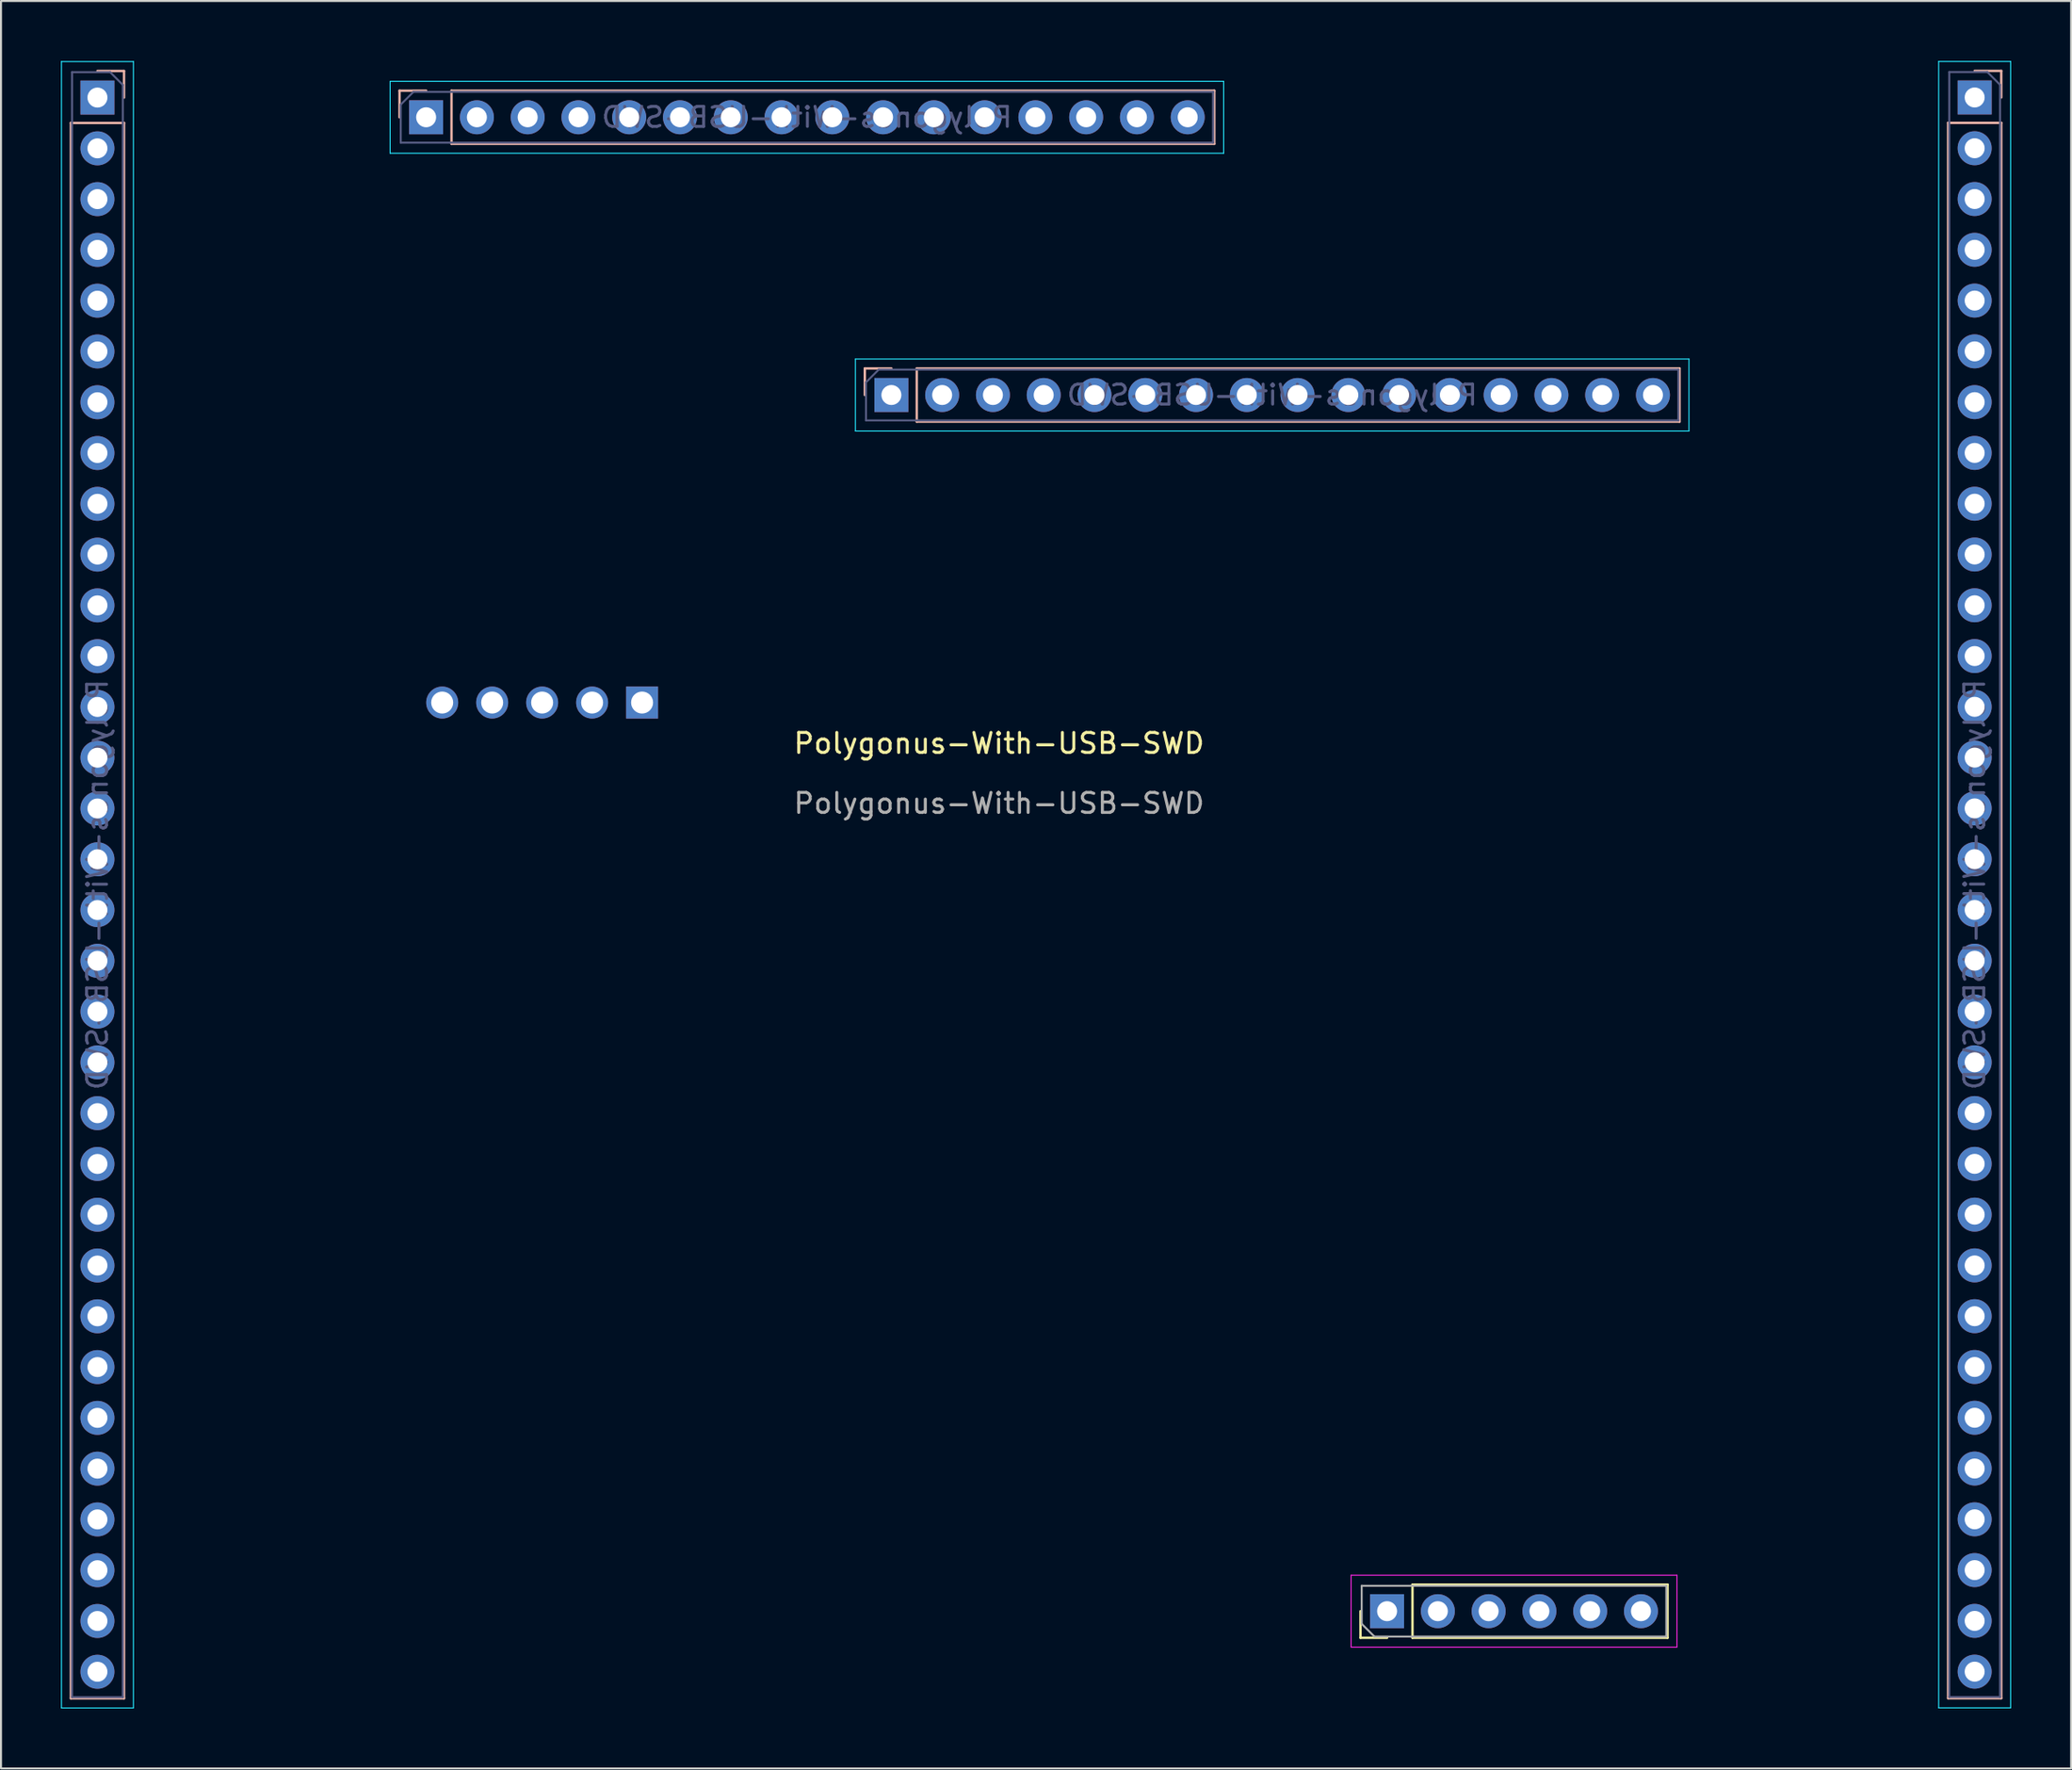
<source format=kicad_pcb>
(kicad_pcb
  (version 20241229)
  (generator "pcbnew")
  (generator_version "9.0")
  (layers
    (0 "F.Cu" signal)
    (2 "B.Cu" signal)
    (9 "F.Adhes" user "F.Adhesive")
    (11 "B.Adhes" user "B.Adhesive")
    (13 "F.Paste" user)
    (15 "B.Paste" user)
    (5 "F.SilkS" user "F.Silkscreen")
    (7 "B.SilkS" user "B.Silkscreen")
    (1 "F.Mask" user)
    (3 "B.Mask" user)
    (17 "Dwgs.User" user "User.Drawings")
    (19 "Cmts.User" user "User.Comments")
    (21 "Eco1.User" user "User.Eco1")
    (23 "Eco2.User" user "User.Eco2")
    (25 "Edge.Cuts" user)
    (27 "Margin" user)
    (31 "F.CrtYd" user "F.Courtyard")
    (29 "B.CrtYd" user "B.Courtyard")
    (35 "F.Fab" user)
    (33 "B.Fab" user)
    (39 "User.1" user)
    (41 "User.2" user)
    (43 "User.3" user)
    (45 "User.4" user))
  (footprint "Polygonus-With-USB-SWD"
    (layer "F.Cu")
    (at 46.932 34.631)
    (property "Reference" "Polygonus-With-USB-SWD" (at 0 -0.5 0) (unlocked yes) (layer "F.SilkS") (effects (font (size 1 1) (thickness 0.15))))
    (attr through_hole)
    (fp_line (start 18.081 44.239) (end 18.081 42.909) (stroke (width 0.12) (type solid)) (layer "F.SilkS"))
    (fp_line (start 19.411 44.239) (end 18.081 44.239) (stroke (width 0.12) (type solid)) (layer "F.SilkS"))
    (fp_line (start 20.681 41.579) (end 33.441 41.579) (stroke (width 0.12) (type solid)) (layer "F.SilkS"))
    (fp_line (start 20.681 44.239) (end 20.681 41.579) (stroke (width 0.12) (type solid)) (layer "F.SilkS"))
    (fp_line (start 20.681 44.239) (end 33.441 44.239) (stroke (width 0.12) (type solid)) (layer "F.SilkS"))
    (fp_line (start 33.441 44.239) (end 33.441 41.579) (stroke (width 0.12) (type solid)) (layer "F.SilkS"))
    (fp_line (start -46.437 -31.531) (end -46.437 47.269) (stroke (width 0.12) (type solid)) (layer "B.SilkS"))
    (fp_line (start -43.777 -34.131) (end -45.107 -34.131) (stroke (width 0.12) (type solid)) (layer "B.SilkS"))
    (fp_line (start -43.777 -32.801) (end -43.777 -34.131) (stroke (width 0.12) (type solid)) (layer "B.SilkS"))
    (fp_line (start -43.777 -31.531) (end -46.437 -31.531) (stroke (width 0.12) (type solid)) (layer "B.SilkS"))
    (fp_line (start -43.777 -31.531) (end -43.777 47.269) (stroke (width 0.12) (type solid)) (layer "B.SilkS"))
    (fp_line (start -43.777 47.269) (end -46.437 47.269) (stroke (width 0.12) (type solid)) (layer "B.SilkS"))
    (fp_line (start -29.994 -33.145) (end -29.994 -31.815) (stroke (width 0.12) (type solid)) (layer "B.SilkS"))
    (fp_line (start -28.664 -33.145) (end -29.994 -33.145) (stroke (width 0.12) (type solid)) (layer "B.SilkS"))
    (fp_line (start -27.394 -33.145) (end -27.394 -30.485) (stroke (width 0.12) (type solid)) (layer "B.SilkS"))
    (fp_line (start -27.394 -33.145) (end 10.766 -33.145) (stroke (width 0.12) (type solid)) (layer "B.SilkS"))
    (fp_line (start -27.394 -30.485) (end 10.766 -30.485) (stroke (width 0.12) (type solid)) (layer "B.SilkS"))
    (fp_line (start -6.718 -19.253) (end -6.718 -17.923) (stroke (width 0.12) (type solid)) (layer "B.SilkS"))
    (fp_line (start -5.388 -19.253) (end -6.718 -19.253) (stroke (width 0.12) (type solid)) (layer "B.SilkS"))
    (fp_line (start -4.118 -19.253) (end -4.118 -16.593) (stroke (width 0.12) (type solid)) (layer "B.SilkS"))
    (fp_line (start -4.118 -19.253) (end 34.042 -19.253) (stroke (width 0.12) (type solid)) (layer "B.SilkS"))
    (fp_line (start -4.118 -16.593) (end 34.042 -16.593) (stroke (width 0.12) (type solid)) (layer "B.SilkS"))
    (fp_line (start 10.766 -33.145) (end 10.766 -30.485) (stroke (width 0.12) (type solid)) (layer "B.SilkS"))
    (fp_line (start 34.042 -19.253) (end 34.042 -16.593) (stroke (width 0.12) (type solid)) (layer "B.SilkS"))
    (fp_line (start 47.476 -31.536) (end 47.476 47.264) (stroke (width 0.12) (type solid)) (layer "B.SilkS"))
    (fp_line (start 50.136 -34.136) (end 48.806 -34.136) (stroke (width 0.12) (type solid)) (layer "B.SilkS"))
    (fp_line (start 50.136 -32.806) (end 50.136 -34.136) (stroke (width 0.12) (type solid)) (layer "B.SilkS"))
    (fp_line (start 50.136 -31.536) (end 47.476 -31.536) (stroke (width 0.12) (type solid)) (layer "B.SilkS"))
    (fp_line (start 50.136 -31.536) (end 50.136 47.264) (stroke (width 0.12) (type solid)) (layer "B.SilkS"))
    (fp_line (start 50.136 47.264) (end 47.476 47.264) (stroke (width 0.12) (type solid)) (layer "B.SilkS"))
    (fp_line (start -46.907 -34.601) (end -43.307 -34.601) (stroke (width 0.05) (type solid)) (layer "B.CrtYd"))
    (fp_line (start -46.907 47.749) (end -46.907 -34.601) (stroke (width 0.05) (type solid)) (layer "B.CrtYd"))
    (fp_line (start -43.307 -34.601) (end -43.307 47.749) (stroke (width 0.05) (type solid)) (layer "B.CrtYd"))
    (fp_line (start -43.307 47.749) (end -46.907 47.749) (stroke (width 0.05) (type solid)) (layer "B.CrtYd"))
    (fp_line (start -30.464 -33.615) (end 11.236 -33.615) (stroke (width 0.05) (type solid)) (layer "B.CrtYd"))
    (fp_line (start -30.464 -30.015) (end -30.464 -33.615) (stroke (width 0.05) (type solid)) (layer "B.CrtYd"))
    (fp_line (start -7.188 -19.723) (end 34.512 -19.723) (stroke (width 0.05) (type solid)) (layer "B.CrtYd"))
    (fp_line (start -7.188 -16.123) (end -7.188 -19.723) (stroke (width 0.05) (type solid)) (layer "B.CrtYd"))
    (fp_line (start 11.236 -33.615) (end 11.236 -30.015) (stroke (width 0.05) (type solid)) (layer "B.CrtYd"))
    (fp_line (start 11.236 -30.015) (end -30.464 -30.015) (stroke (width 0.05) (type solid)) (layer "B.CrtYd"))
    (fp_line (start 34.512 -19.723) (end 34.512 -16.123) (stroke (width 0.05) (type solid)) (layer "B.CrtYd"))
    (fp_line (start 34.512 -16.123) (end -7.188 -16.123) (stroke (width 0.05) (type solid)) (layer "B.CrtYd"))
    (fp_line (start 47.006 -34.606) (end 50.606 -34.606) (stroke (width 0.05) (type solid)) (layer "B.CrtYd"))
    (fp_line (start 47.006 47.744) (end 47.006 -34.606) (stroke (width 0.05) (type solid)) (layer "B.CrtYd"))
    (fp_line (start 50.606 -34.606) (end 50.606 47.744) (stroke (width 0.05) (type solid)) (layer "B.CrtYd"))
    (fp_line (start 50.606 47.744) (end 47.006 47.744) (stroke (width 0.05) (type solid)) (layer "B.CrtYd"))
    (fp_line (start 17.611 41.109) (end 17.611 44.709) (stroke (width 0.05) (type solid)) (layer "F.CrtYd"))
    (fp_line (start 17.611 44.709) (end 33.911 44.709) (stroke (width 0.05) (type solid)) (layer "F.CrtYd"))
    (fp_line (start 33.911 41.109) (end 17.611 41.109) (stroke (width 0.05) (type solid)) (layer "F.CrtYd"))
    (fp_line (start 33.911 44.709) (end 33.911 41.109) (stroke (width 0.05) (type solid)) (layer "F.CrtYd"))
    (fp_line (start -46.377 -34.071) (end -46.377 47.209) (stroke (width 0.1) (type solid)) (layer "B.Fab"))
    (fp_line (start -46.377 47.209) (end -43.837 47.209) (stroke (width 0.1) (type solid)) (layer "B.Fab"))
    (fp_line (start -44.472 -34.071) (end -46.377 -34.071) (stroke (width 0.1) (type solid)) (layer "B.Fab"))
    (fp_line (start -43.837 -33.436) (end -44.472 -34.071) (stroke (width 0.1) (type solid)) (layer "B.Fab"))
    (fp_line (start -43.837 47.209) (end -43.837 -33.436) (stroke (width 0.1) (type solid)) (layer "B.Fab"))
    (fp_line (start -29.934 -32.45) (end -29.934 -30.545) (stroke (width 0.1) (type solid)) (layer "B.Fab"))
    (fp_line (start -29.934 -30.545) (end 10.706 -30.545) (stroke (width 0.1) (type solid)) (layer "B.Fab"))
    (fp_line (start -29.299 -33.085) (end -29.934 -32.45) (stroke (width 0.1) (type solid)) (layer "B.Fab"))
    (fp_line (start -6.658 -18.558) (end -6.658 -16.653) (stroke (width 0.1) (type solid)) (layer "B.Fab"))
    (fp_line (start -6.658 -16.653) (end 33.982 -16.653) (stroke (width 0.1) (type solid)) (layer "B.Fab"))
    (fp_line (start -6.023 -19.193) (end -6.658 -18.558) (stroke (width 0.1) (type solid)) (layer "B.Fab"))
    (fp_line (start 10.706 -33.085) (end -29.299 -33.085) (stroke (width 0.1) (type solid)) (layer "B.Fab"))
    (fp_line (start 10.706 -30.545) (end 10.706 -33.085) (stroke (width 0.1) (type solid)) (layer "B.Fab"))
    (fp_line (start 33.982 -19.193) (end -6.023 -19.193) (stroke (width 0.1) (type solid)) (layer "B.Fab"))
    (fp_line (start 33.982 -16.653) (end 33.982 -19.193) (stroke (width 0.1) (type solid)) (layer "B.Fab"))
    (fp_line (start 47.536 -34.076) (end 47.536 47.204) (stroke (width 0.1) (type solid)) (layer "B.Fab"))
    (fp_line (start 47.536 47.204) (end 50.076 47.204) (stroke (width 0.1) (type solid)) (layer "B.Fab"))
    (fp_line (start 49.441 -34.076) (end 47.536 -34.076) (stroke (width 0.1) (type solid)) (layer "B.Fab"))
    (fp_line (start 50.076 -33.441) (end 49.441 -34.076) (stroke (width 0.1) (type solid)) (layer "B.Fab"))
    (fp_line (start 50.076 47.204) (end 50.076 -33.441) (stroke (width 0.1) (type solid)) (layer "B.Fab"))
    (fp_line (start 18.141 41.639) (end 33.381 41.639) (stroke (width 0.1) (type solid)) (layer "F.Fab"))
    (fp_line (start 18.141 43.544) (end 18.141 41.639) (stroke (width 0.1) (type solid)) (layer "F.Fab"))
    (fp_line (start 18.776 44.179) (end 18.141 43.544) (stroke (width 0.1) (type solid)) (layer "F.Fab"))
    (fp_line (start 33.381 41.639) (end 33.381 44.179) (stroke (width 0.1) (type solid)) (layer "F.Fab"))
    (fp_line (start 33.381 44.179) (end 18.776 44.179) (stroke (width 0.1) (type solid)) (layer "F.Fab"))
    (fp_text user "${REFERENCE}" (at 13.662 -17.923 0) (layer "B.Fab") (effects (font (size 1 1) (thickness 0.15)) (justify mirror)))
    (fp_text user "${REFERENCE}" (at -45.107 6.569 90) (layer "B.Fab") (effects (font (size 1 1) (thickness 0.15)) (justify mirror)))
    (fp_text user "${REFERENCE}" (at 48.806 6.564 90) (layer "B.Fab") (effects (font (size 1 1) (thickness 0.15)) (justify mirror)))
    (fp_text user "${REFERENCE}" (at -9.614 -31.815 0) (layer "B.Fab") (effects (font (size 1 1) (thickness 0.15)) (justify mirror)))
    (fp_text user "${REFERENCE}" (at 0 2.5 0) (unlocked yes) (layer "F.Fab") (effects (font (size 1 1) (thickness 0.15))))
    (pad "1" thru_hole rect (at -45.107 -32.801 180) (size 1.7 1.7) (drill 1) (layers "*.Cu" "*.Mask"))
    (pad "2" thru_hole oval (at -45.107 -30.261 180) (size 1.7 1.7) (drill 1) (layers "*.Cu" "*.Mask"))
    (pad "3" thru_hole oval (at -45.107 -27.721 180) (size 1.7 1.7) (drill 1) (layers "*.Cu" "*.Mask"))
    (pad "4" thru_hole oval (at -45.107 -25.181 180) (size 1.7 1.7) (drill 1) (layers "*.Cu" "*.Mask"))
    (pad "5" thru_hole oval (at -45.107 -22.641 180) (size 1.7 1.7) (drill 1) (layers "*.Cu" "*.Mask"))
    (pad "6" thru_hole oval (at -45.107 -20.101 180) (size 1.7 1.7) (drill 1) (layers "*.Cu" "*.Mask"))
    (pad "7" thru_hole oval (at -45.107 -17.561 180) (size 1.7 1.7) (drill 1) (layers "*.Cu" "*.Mask"))
    (pad "8" thru_hole oval (at -45.107 -15.021 180) (size 1.7 1.7) (drill 1) (layers "*.Cu" "*.Mask"))
    (pad "9" thru_hole oval (at -45.107 -12.481 180) (size 1.7 1.7) (drill 1) (layers "*.Cu" "*.Mask"))
    (pad "10" thru_hole oval (at -45.107 -9.941 180) (size 1.7 1.7) (drill 1) (layers "*.Cu" "*.Mask"))
    (pad "11" thru_hole oval (at -45.107 -7.401 180) (size 1.7 1.7) (drill 1) (layers "*.Cu" "*.Mask"))
    (pad "12" thru_hole oval (at -45.107 -4.861 180) (size 1.7 1.7) (drill 1) (layers "*.Cu" "*.Mask"))
    (pad "13" thru_hole oval (at -45.107 -2.321 180) (size 1.7 1.7) (drill 1) (layers "*.Cu" "*.Mask"))
    (pad "14" thru_hole oval (at -45.107 0.219 180) (size 1.7 1.7) (drill 1) (layers "*.Cu" "*.Mask"))
    (pad "15" thru_hole oval (at -45.107 2.759 180) (size 1.7 1.7) (drill 1) (layers "*.Cu" "*.Mask"))
    (pad "16" thru_hole oval (at -45.107 5.299 180) (size 1.7 1.7) (drill 1) (layers "*.Cu" "*.Mask"))
    (pad "17" thru_hole oval (at -45.107 7.839 180) (size 1.7 1.7) (drill 1) (layers "*.Cu" "*.Mask"))
    (pad "18" thru_hole oval (at -45.107 10.379 180) (size 1.7 1.7) (drill 1) (layers "*.Cu" "*.Mask"))
    (pad "19" thru_hole oval (at -45.107 12.919 180) (size 1.7 1.7) (drill 1) (layers "*.Cu" "*.Mask"))
    (pad "20" thru_hole oval (at -45.107 15.459 180) (size 1.7 1.7) (drill 1) (layers "*.Cu" "*.Mask"))
    (pad "21" thru_hole oval (at -45.107 17.999 180) (size 1.7 1.7) (drill 1) (layers "*.Cu" "*.Mask"))
    (pad "22" thru_hole oval (at -45.107 20.539 180) (size 1.7 1.7) (drill 1) (layers "*.Cu" "*.Mask"))
    (pad "23" thru_hole oval (at -45.107 23.079 180) (size 1.7 1.7) (drill 1) (layers "*.Cu" "*.Mask"))
    (pad "24" thru_hole oval (at -45.107 25.619 180) (size 1.7 1.7) (drill 1) (layers "*.Cu" "*.Mask"))
    (pad "25" thru_hole oval (at -45.107 28.159 180) (size 1.7 1.7) (drill 1) (layers "*.Cu" "*.Mask"))
    (pad "26" thru_hole oval (at -45.107 30.699 180) (size 1.7 1.7) (drill 1) (layers "*.Cu" "*.Mask"))
    (pad "27" thru_hole oval (at -45.107 33.239 180) (size 1.7 1.7) (drill 1) (layers "*.Cu" "*.Mask"))
    (pad "28" thru_hole oval (at -45.107 35.779 180) (size 1.7 1.7) (drill 1) (layers "*.Cu" "*.Mask"))
    (pad "29" thru_hole oval (at -45.107 38.319 180) (size 1.7 1.7) (drill 1) (layers "*.Cu" "*.Mask"))
    (pad "30" thru_hole oval (at -45.107 40.859 180) (size 1.7 1.7) (drill 1) (layers "*.Cu" "*.Mask"))
    (pad "31" thru_hole oval (at -45.107 43.399 180) (size 1.7 1.7) (drill 1) (layers "*.Cu" "*.Mask"))
    (pad "32" thru_hole oval (at -45.107 45.939 180) (size 1.7 1.7) (drill 1) (layers "*.Cu" "*.Mask"))
    (pad "33" thru_hole rect (at 48.806 -32.806 180) (size 1.7 1.7) (drill 1) (layers "*.Cu" "*.Mask"))
    (pad "34" thru_hole oval (at 48.806 -30.266 180) (size 1.7 1.7) (drill 1) (layers "*.Cu" "*.Mask"))
    (pad "35" thru_hole oval (at 48.806 -27.726 180) (size 1.7 1.7) (drill 1) (layers "*.Cu" "*.Mask"))
    (pad "36" thru_hole oval (at 48.806 -25.186 180) (size 1.7 1.7) (drill 1) (layers "*.Cu" "*.Mask"))
    (pad "37" thru_hole oval (at 48.806 -22.646 180) (size 1.7 1.7) (drill 1) (layers "*.Cu" "*.Mask"))
    (pad "38" thru_hole oval (at 48.806 -20.106 180) (size 1.7 1.7) (drill 1) (layers "*.Cu" "*.Mask"))
    (pad "39" thru_hole oval (at 48.806 -17.566 180) (size 1.7 1.7) (drill 1) (layers "*.Cu" "*.Mask"))
    (pad "40" thru_hole oval (at 48.806 -15.026 180) (size 1.7 1.7) (drill 1) (layers "*.Cu" "*.Mask"))
    (pad "41" thru_hole oval (at 48.806 -12.486 180) (size 1.7 1.7) (drill 1) (layers "*.Cu" "*.Mask"))
    (pad "42" thru_hole oval (at 48.806 -9.946 180) (size 1.7 1.7) (drill 1) (layers "*.Cu" "*.Mask"))
    (pad "43" thru_hole oval (at 48.806 -7.406 180) (size 1.7 1.7) (drill 1) (layers "*.Cu" "*.Mask"))
    (pad "44" thru_hole oval (at 48.806 -4.866 180) (size 1.7 1.7) (drill 1) (layers "*.Cu" "*.Mask"))
    (pad "45" thru_hole oval (at 48.806 -2.326 180) (size 1.7 1.7) (drill 1) (layers "*.Cu" "*.Mask"))
    (pad "46" thru_hole oval (at 48.806 0.214 180) (size 1.7 1.7) (drill 1) (layers "*.Cu" "*.Mask"))
    (pad "47" thru_hole oval (at 48.806 2.754 180) (size 1.7 1.7) (drill 1) (layers "*.Cu" "*.Mask"))
    (pad "48" thru_hole oval (at 48.806 5.294 180) (size 1.7 1.7) (drill 1) (layers "*.Cu" "*.Mask"))
    (pad "49" thru_hole oval (at 48.806 7.834 180) (size 1.7 1.7) (drill 1) (layers "*.Cu" "*.Mask"))
    (pad "50" thru_hole oval (at 48.806 10.374 180) (size 1.7 1.7) (drill 1) (layers "*.Cu" "*.Mask"))
    (pad "51" thru_hole oval (at 48.806 12.914 180) (size 1.7 1.7) (drill 1) (layers "*.Cu" "*.Mask"))
    (pad "52" thru_hole oval (at 48.806 15.454 180) (size 1.7 1.7) (drill 1) (layers "*.Cu" "*.Mask"))
    (pad "53" thru_hole oval (at 48.806 17.994 180) (size 1.7 1.7) (drill 1) (layers "*.Cu" "*.Mask"))
    (pad "54" thru_hole oval (at 48.806 20.534 180) (size 1.7 1.7) (drill 1) (layers "*.Cu" "*.Mask"))
    (pad "55" thru_hole oval (at 48.806 23.074 180) (size 1.7 1.7) (drill 1) (layers "*.Cu" "*.Mask"))
    (pad "56" thru_hole oval (at 48.806 25.614 180) (size 1.7 1.7) (drill 1) (layers "*.Cu" "*.Mask"))
    (pad "57" thru_hole oval (at 48.806 28.154 180) (size 1.7 1.7) (drill 1) (layers "*.Cu" "*.Mask"))
    (pad "58" thru_hole oval (at 48.806 30.694 180) (size 1.7 1.7) (drill 1) (layers "*.Cu" "*.Mask"))
    (pad "59" thru_hole oval (at 48.806 33.234 180) (size 1.7 1.7) (drill 1) (layers "*.Cu" "*.Mask"))
    (pad "60" thru_hole oval (at 48.806 35.774 180) (size 1.7 1.7) (drill 1) (layers "*.Cu" "*.Mask"))
    (pad "61" thru_hole oval (at 48.806 38.314 180) (size 1.7 1.7) (drill 1) (layers "*.Cu" "*.Mask"))
    (pad "62" thru_hole oval (at 48.806 40.854 180) (size 1.7 1.7) (drill 1) (layers "*.Cu" "*.Mask"))
    (pad "63" thru_hole oval (at 48.806 43.394 180) (size 1.7 1.7) (drill 1) (layers "*.Cu" "*.Mask"))
    (pad "64" thru_hole oval (at 48.806 45.934 180) (size 1.7 1.7) (drill 1) (layers "*.Cu" "*.Mask"))
    (pad "65" thru_hole rect (at -28.664 -31.815 270) (size 1.7 1.7) (drill 1) (layers "*.Cu" "*.Mask"))
    (pad "66" thru_hole oval (at -26.124 -31.815 270) (size 1.7 1.7) (drill 1) (layers "*.Cu" "*.Mask"))
    (pad "67" thru_hole oval (at -23.584 -31.815 270) (size 1.7 1.7) (drill 1) (layers "*.Cu" "*.Mask"))
    (pad "68" thru_hole oval (at -21.044 -31.815 270) (size 1.7 1.7) (drill 1) (layers "*.Cu" "*.Mask"))
    (pad "69" thru_hole oval (at -18.504 -31.815 270) (size 1.7 1.7) (drill 1) (layers "*.Cu" "*.Mask"))
    (pad "70" thru_hole oval (at -15.964 -31.815 270) (size 1.7 1.7) (drill 1) (layers "*.Cu" "*.Mask"))
    (pad "71" thru_hole oval (at -13.424 -31.815 270) (size 1.7 1.7) (drill 1) (layers "*.Cu" "*.Mask"))
    (pad "72" thru_hole oval (at -10.884 -31.815 270) (size 1.7 1.7) (drill 1) (layers "*.Cu" "*.Mask"))
    (pad "73" thru_hole oval (at -8.344 -31.815 270) (size 1.7 1.7) (drill 1) (layers "*.Cu" "*.Mask"))
    (pad "74" thru_hole oval (at -5.804 -31.815 270) (size 1.7 1.7) (drill 1) (layers "*.Cu" "*.Mask"))
    (pad "75" thru_hole oval (at -3.264 -31.815 270) (size 1.7 1.7) (drill 1) (layers "*.Cu" "*.Mask"))
    (pad "76" thru_hole oval (at -0.724 -31.815 270) (size 1.7 1.7) (drill 1) (layers "*.Cu" "*.Mask"))
    (pad "77" thru_hole oval (at 1.816 -31.815 270) (size 1.7 1.7) (drill 1) (layers "*.Cu" "*.Mask"))
    (pad "78" thru_hole oval (at 4.356 -31.815 270) (size 1.7 1.7) (drill 1) (layers "*.Cu" "*.Mask"))
    (pad "79" thru_hole oval (at 6.896 -31.815 270) (size 1.7 1.7) (drill 1) (layers "*.Cu" "*.Mask"))
    (pad "80" thru_hole oval (at 9.436 -31.815 270) (size 1.7 1.7) (drill 1) (layers "*.Cu" "*.Mask"))
    (pad "81" thru_hole rect (at -5.388 -17.923 270) (size 1.7 1.7) (drill 1) (layers "*.Cu" "*.Mask"))
    (pad "82" thru_hole oval (at -2.848 -17.923 270) (size 1.7 1.7) (drill 1) (layers "*.Cu" "*.Mask"))
    (pad "83" thru_hole oval (at -0.308 -17.923 270) (size 1.7 1.7) (drill 1) (layers "*.Cu" "*.Mask"))
    (pad "84" thru_hole oval (at 2.232 -17.923 270) (size 1.7 1.7) (drill 1) (layers "*.Cu" "*.Mask"))
    (pad "85" thru_hole oval (at 4.772 -17.923 270) (size 1.7 1.7) (drill 1) (layers "*.Cu" "*.Mask"))
    (pad "86" thru_hole oval (at 7.312 -17.923 270) (size 1.7 1.7) (drill 1) (layers "*.Cu" "*.Mask"))
    (pad "87" thru_hole oval (at 9.852 -17.923 270) (size 1.7 1.7) (drill 1) (layers "*.Cu" "*.Mask"))
    (pad "88" thru_hole oval (at 12.392 -17.923 270) (size 1.7 1.7) (drill 1) (layers "*.Cu" "*.Mask"))
    (pad "89" thru_hole oval (at 14.932 -17.923 270) (size 1.7 1.7) (drill 1) (layers "*.Cu" "*.Mask"))
    (pad "90" thru_hole oval (at 17.472 -17.923 270) (size 1.7 1.7) (drill 1) (layers "*.Cu" "*.Mask"))
    (pad "91" thru_hole oval (at 20.012 -17.923 270) (size 1.7 1.7) (drill 1) (layers "*.Cu" "*.Mask"))
    (pad "92" thru_hole oval (at 22.552 -17.923 270) (size 1.7 1.7) (drill 1) (layers "*.Cu" "*.Mask"))
    (pad "93" thru_hole oval (at 25.092 -17.923 270) (size 1.7 1.7) (drill 1) (layers "*.Cu" "*.Mask"))
    (pad "94" thru_hole oval (at 27.632 -17.923 270) (size 1.7 1.7) (drill 1) (layers "*.Cu" "*.Mask"))
    (pad "95" thru_hole oval (at 30.172 -17.923 270) (size 1.7 1.7) (drill 1) (layers "*.Cu" "*.Mask"))
    (pad "96" thru_hole oval (at 32.712 -17.923 270) (size 1.7 1.7) (drill 1) (layers "*.Cu" "*.Mask"))
    (pad "97" thru_hole circle (at -27.86 -2.54 180) (size 1.6 1.6) (drill 1.1) (layers "*.Cu" "*.Mask"))
    (pad "98" thru_hole circle (at -25.36 -2.54 180) (size 1.6 1.6) (drill 1.1) (layers "*.Cu" "*.Mask"))
    (pad "99" thru_hole circle (at -22.86 -2.54 180) (size 1.6 1.6) (drill 1.1) (layers "*.Cu" "*.Mask"))
    (pad "100" thru_hole circle (at -20.36 -2.54 180) (size 1.6 1.6) (drill 1.1) (layers "*.Cu" "*.Mask"))
    (pad "101" thru_hole rect (at -17.86 -2.54 180) (size 1.6 1.6) (drill 1.1) (layers "*.Cu" "*.Mask"))
    (pad "102" thru_hole rect (at 19.411 42.909 90) (size 1.7 1.7) (drill 1) (layers "*.Cu" "*.Mask"))
    (pad "103" thru_hole oval (at 21.951 42.909 90) (size 1.7 1.7) (drill 1) (layers "*.Cu" "*.Mask"))
    (pad "104" thru_hole oval (at 24.491 42.909 90) (size 1.7 1.7) (drill 1) (layers "*.Cu" "*.Mask"))
    (pad "105" thru_hole oval (at 27.031 42.909 90) (size 1.7 1.7) (drill 1) (layers "*.Cu" "*.Mask"))
    (pad "106" thru_hole oval (at 29.571 42.909 90) (size 1.7 1.7) (drill 1) (layers "*.Cu" "*.Mask"))
    (pad "107" thru_hole oval (at 32.111 42.909 90) (size 1.7 1.7) (drill 1) (layers "*.Cu" "*.Mask")))
  (gr_rect
    (start -3 -3)
    (end 100.563 85.405)
    (stroke (width 0.1) (type default))
    (fill no)
    (layer "Edge.Cuts")))
</source>
